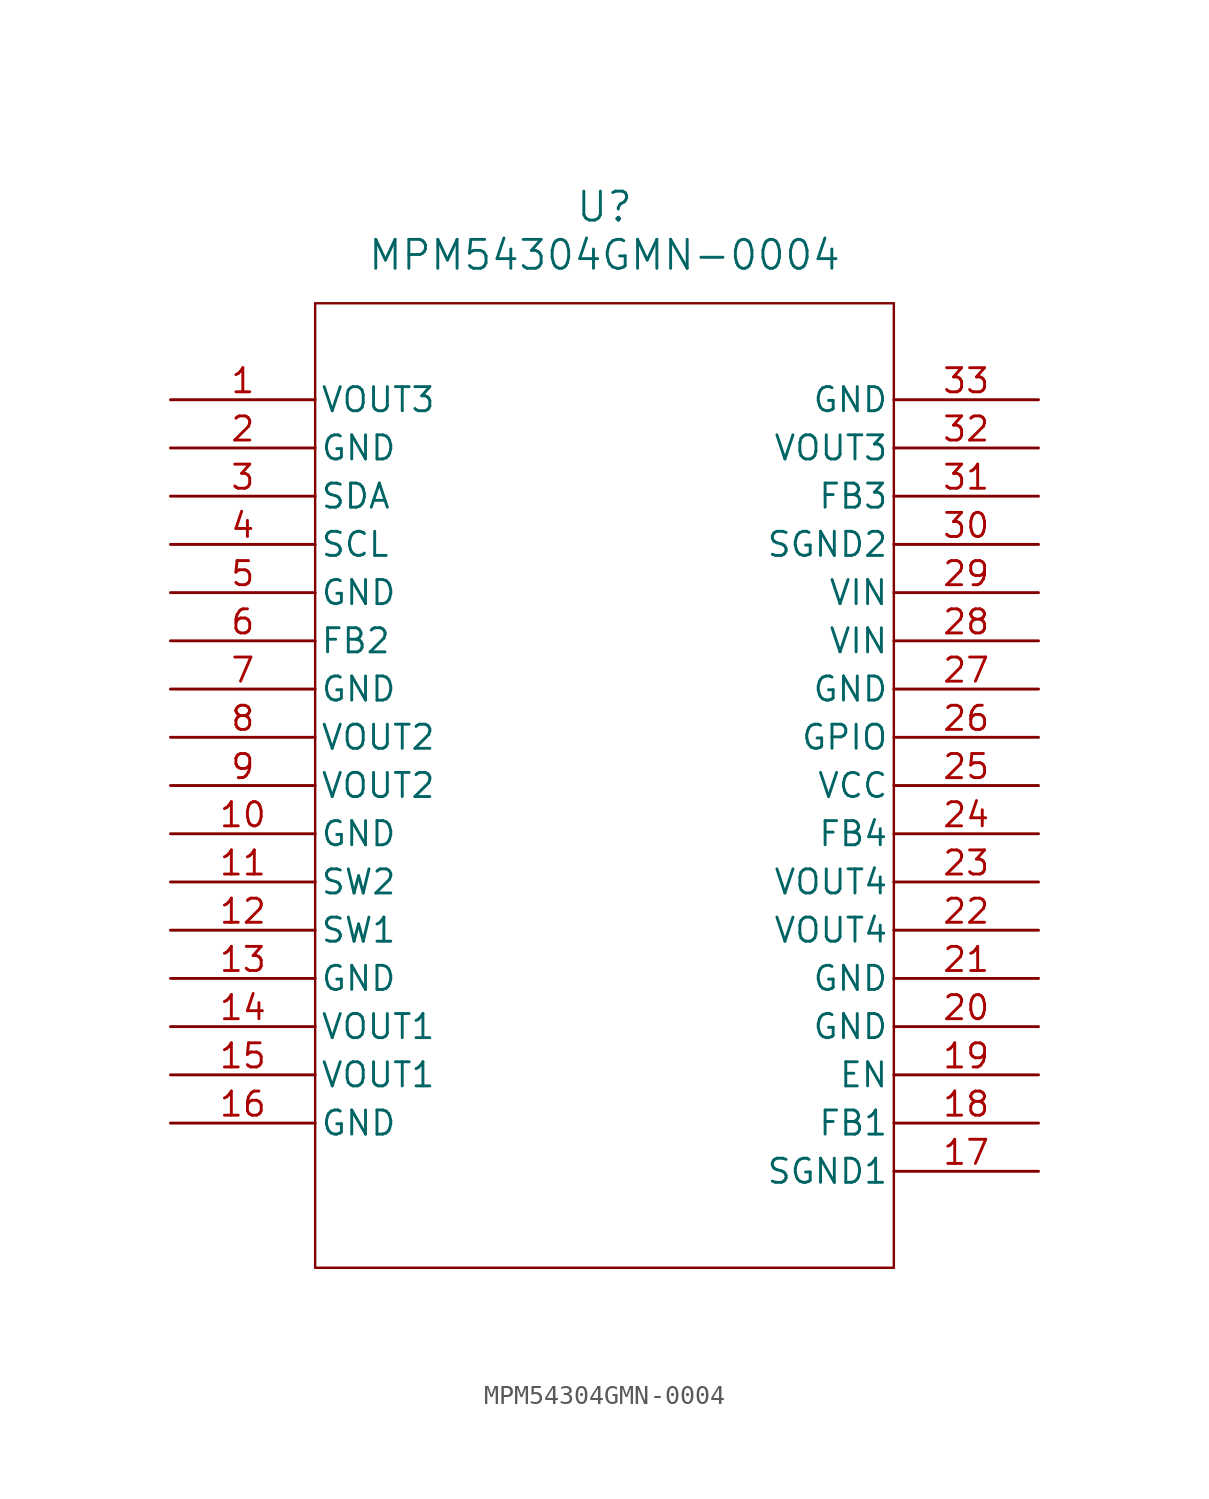
<source format=kicad_sym>
(kicad_symbol_lib
  (version 20241209)
  (generator "kicad_symbol_editor")
  (generator_version "9.0")
  (symbol "MPM54304GMN-0004"
    (pin_names
      (offset 0.254))
    (property "Reference" "U"
      (at 22.86 10.16 0)
      (effects (font (size 1.524 1.524))))
    (property "Value" "MPM54304GMN-0004"
      (at 22.86 7.62 0)
      (effects (font (size 1.524 1.524))))
    (property "ki_locked" ""
      (at 0 0 0)
      (effects (font (size 1.27 1.27))))
    (symbol "MPM54304GMN-0004_0_1"
      (polyline (pts (xy 7.62 5.08) (xy 7.62 -45.72)) (stroke (width 0.127) (type default)) (fill (type none)))
      (polyline (pts (xy 7.62 -45.72) (xy 38.1 -45.72)) (stroke (width 0.127) (type default)) (fill (type none)))
      (polyline (pts (xy 38.1 5.08) (xy 7.62 5.08)) (stroke (width 0.127) (type default)) (fill (type none)))
      (polyline (pts (xy 38.1 -45.72) (xy 38.1 5.08)) (stroke (width 0.127) (type default)) (fill (type none)))
      (pin output line (at 0 0 0) (length 7.62) (name "VOUT3" (effects (font (size 1.27 1.27)))) (number "1" (effects (font (size 1.27 1.27)))))
      (pin power_out line (at 0 -2.54 0) (length 7.62) (name "GND" (effects (font (size 1.27 1.27)))) (number "2" (effects (font (size 1.27 1.27)))))
      (pin unspecified line (at 0 -5.08 0) (length 7.62) (name "SDA" (effects (font (size 1.27 1.27)))) (number "3" (effects (font (size 1.27 1.27)))))
      (pin unspecified line (at 0 -7.62 0) (length 7.62) (name "SCL" (effects (font (size 1.27 1.27)))) (number "4" (effects (font (size 1.27 1.27)))))
      (pin power_out line (at 0 -10.16 0) (length 7.62) (name "GND" (effects (font (size 1.27 1.27)))) (number "5" (effects (font (size 1.27 1.27)))))
      (pin bidirectional line (at 0 -12.7 0) (length 7.62) (name "FB2" (effects (font (size 1.27 1.27)))) (number "6" (effects (font (size 1.27 1.27)))))
      (pin power_out line (at 0 -15.24 0) (length 7.62) (name "GND" (effects (font (size 1.27 1.27)))) (number "7" (effects (font (size 1.27 1.27)))))
      (pin output line (at 0 -17.78 0) (length 7.62) (name "VOUT2" (effects (font (size 1.27 1.27)))) (number "8" (effects (font (size 1.27 1.27)))))
      (pin output line (at 0 -20.32 0) (length 7.62) (name "VOUT2" (effects (font (size 1.27 1.27)))) (number "9" (effects (font (size 1.27 1.27)))))
      (pin power_out line (at 0 -22.86 0) (length 7.62) (name "GND" (effects (font (size 1.27 1.27)))) (number "10" (effects (font (size 1.27 1.27)))))
      (pin bidirectional line (at 0 -25.4 0) (length 7.62) (name "SW2" (effects (font (size 1.27 1.27)))) (number "11" (effects (font (size 1.27 1.27)))))
      (pin bidirectional line (at 0 -27.94 0) (length 7.62) (name "SW1" (effects (font (size 1.27 1.27)))) (number "12" (effects (font (size 1.27 1.27)))))
      (pin power_out line (at 0 -30.48 0) (length 7.62) (name "GND" (effects (font (size 1.27 1.27)))) (number "13" (effects (font (size 1.27 1.27)))))
      (pin output line (at 0 -33.02 0) (length 7.62) (name "VOUT1" (effects (font (size 1.27 1.27)))) (number "14" (effects (font (size 1.27 1.27)))))
      (pin output line (at 0 -35.56 0) (length 7.62) (name "VOUT1" (effects (font (size 1.27 1.27)))) (number "15" (effects (font (size 1.27 1.27)))))
      (pin power_out line (at 0 -38.1 0) (length 7.62) (name "GND" (effects (font (size 1.27 1.27)))) (number "16" (effects (font (size 1.27 1.27)))))
      (pin power_out line (at 45.72 0 180) (length 7.62) (name "GND" (effects (font (size 1.27 1.27)))) (number "33" (effects (font (size 1.27 1.27)))))
      (pin output line (at 45.72 -2.54 180) (length 7.62) (name "VOUT3" (effects (font (size 1.27 1.27)))) (number "32" (effects (font (size 1.27 1.27)))))
      (pin bidirectional line (at 45.72 -5.08 180) (length 7.62) (name "FB3" (effects (font (size 1.27 1.27)))) (number "31" (effects (font (size 1.27 1.27)))))
      (pin power_out line (at 45.72 -7.62 180) (length 7.62) (name "SGND2" (effects (font (size 1.27 1.27)))) (number "30" (effects (font (size 1.27 1.27)))))
      (pin unspecified line (at 45.72 -10.16 180) (length 7.62) (name "VIN" (effects (font (size 1.27 1.27)))) (number "29" (effects (font (size 1.27 1.27)))))
      (pin unspecified line (at 45.72 -12.7 180) (length 7.62) (name "VIN" (effects (font (size 1.27 1.27)))) (number "28" (effects (font (size 1.27 1.27)))))
      (pin power_out line (at 45.72 -15.24 180) (length 7.62) (name "GND" (effects (font (size 1.27 1.27)))) (number "27" (effects (font (size 1.27 1.27)))))
      (pin unspecified line (at 45.72 -17.78 180) (length 7.62) (name "GPIO" (effects (font (size 1.27 1.27)))) (number "26" (effects (font (size 1.27 1.27)))))
      (pin power_in line (at 45.72 -20.32 180) (length 7.62) (name "VCC" (effects (font (size 1.27 1.27)))) (number "25" (effects (font (size 1.27 1.27)))))
      (pin bidirectional line (at 45.72 -22.86 180) (length 7.62) (name "FB4" (effects (font (size 1.27 1.27)))) (number "24" (effects (font (size 1.27 1.27)))))
      (pin output line (at 45.72 -25.4 180) (length 7.62) (name "VOUT4" (effects (font (size 1.27 1.27)))) (number "23" (effects (font (size 1.27 1.27)))))
      (pin output line (at 45.72 -27.94 180) (length 7.62) (name "VOUT4" (effects (font (size 1.27 1.27)))) (number "22" (effects (font (size 1.27 1.27)))))
      (pin power_out line (at 45.72 -30.48 180) (length 7.62) (name "GND" (effects (font (size 1.27 1.27)))) (number "21" (effects (font (size 1.27 1.27)))))
      (pin power_out line (at 45.72 -33.02 180) (length 7.62) (name "GND" (effects (font (size 1.27 1.27)))) (number "20" (effects (font (size 1.27 1.27)))))
      (pin unspecified line (at 45.72 -35.56 180) (length 7.62) (name "EN" (effects (font (size 1.27 1.27)))) (number "19" (effects (font (size 1.27 1.27)))))
      (pin bidirectional line (at 45.72 -38.1 180) (length 7.62) (name "FB1" (effects (font (size 1.27 1.27)))) (number "18" (effects (font (size 1.27 1.27)))))
      (pin power_out line (at 45.72 -40.64 180) (length 7.62) (name "SGND1" (effects (font (size 1.27 1.27)))) (number "17" (effects (font (size 1.27 1.27))))))))
</source>
